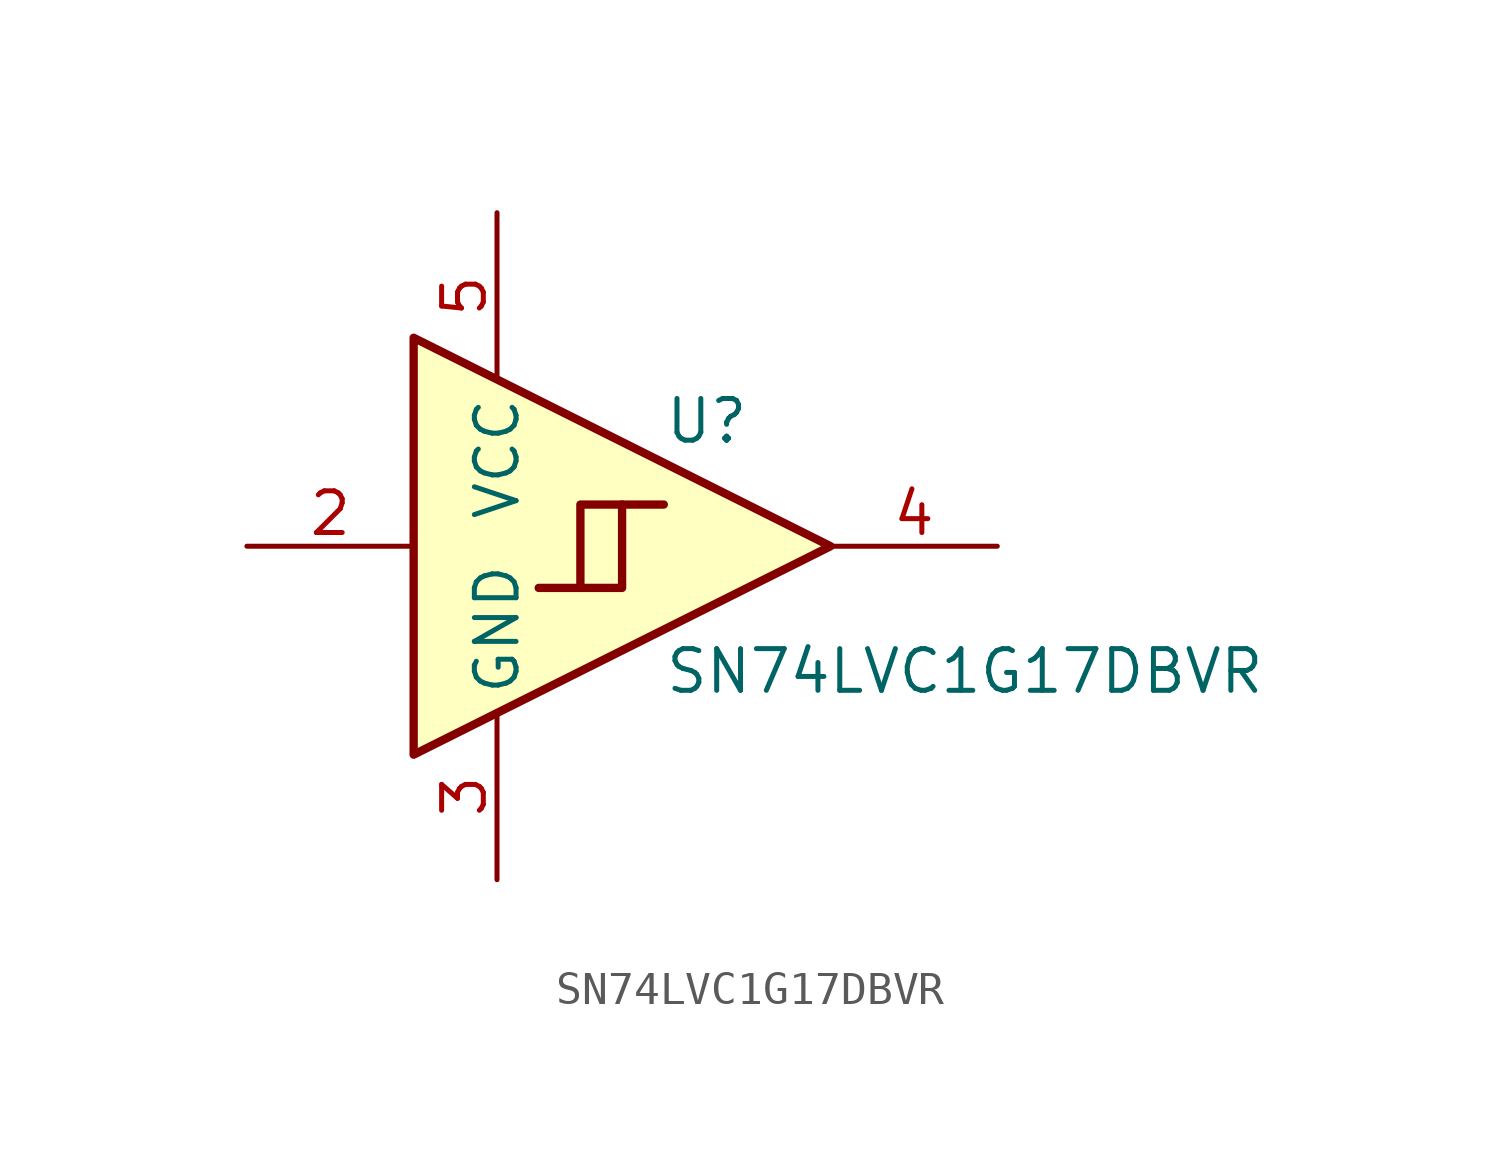
<source format=kicad_sym>
(kicad_symbol_lib
  (version 20231120)
  (generator "kicad_symbol_editor")
  (generator_version "8.0")
  (symbol "SN74LVC1G17DBVR"
    (property "Reference" "U"
      (at 0 3.81 0)
      (effects (font (size 1.27 1.27)) (justify left)))
    (property "Value" "SN74LVC1G17DBVR"
      (at 0 -3.81 0)
      (effects (font (size 1.27 1.27)) (justify left)))
    (symbol "SN74LVC1G17DBVR_0_1"
      (polyline (pts (xy -7.62 6.35) (xy -7.62 -6.35) (xy 5.08 0) (xy -7.62 6.35)) (stroke (width 0.254) (type default)) (fill (type background)))
      (polyline (pts (xy -3.81 -1.27) (xy -2.54 -1.27) (xy -2.54 1.27) (xy -1.27 1.27)) (stroke (width 0.254) (type default)) (fill (type background)))
      (polyline (pts (xy -2.54 -1.27) (xy -1.27 -1.27) (xy -1.27 1.27) (xy 0 1.27)) (stroke (width 0.254) (type default)) (fill (type background))))
    (symbol "SN74LVC1G17DBVR_1_1"
      (pin no_connect line (at -7.62 5.08 180) (length 5.08) hide (name "NC" (effects (font (size 1.27 1.27)))) (number "1" (effects (font (size 1.27 1.27)))))
      (pin input line (at -12.7 0 0) (length 5.08) (name "~" (effects (font (size 1.27 1.27)))) (number "2" (effects (font (size 1.27 1.27)))))
      (pin power_in line (at -5.08 -10.16 90) (length 5.08) (name "GND" (effects (font (size 1.27 1.27)))) (number "3" (effects (font (size 1.27 1.27)))))
      (pin output line (at 10.16 0 180) (length 5.08) (name "~" (effects (font (size 1.27 1.27)))) (number "4" (effects (font (size 1.27 1.27)))))
      (pin power_in line (at -5.08 10.16 270) (length 5.08) (name "VCC" (effects (font (size 1.27 1.27)))) (number "5" (effects (font (size 1.27 1.27))))))))
</source>
